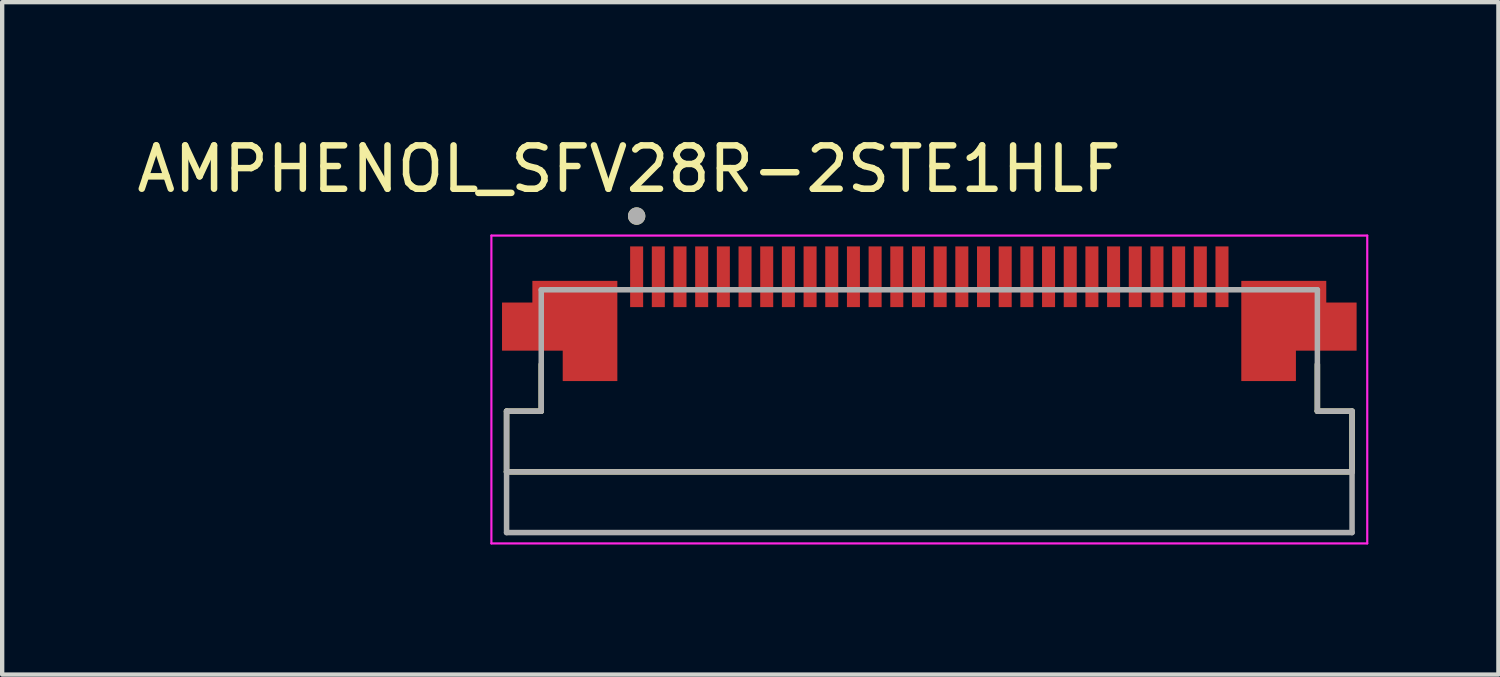
<source format=kicad_pcb>
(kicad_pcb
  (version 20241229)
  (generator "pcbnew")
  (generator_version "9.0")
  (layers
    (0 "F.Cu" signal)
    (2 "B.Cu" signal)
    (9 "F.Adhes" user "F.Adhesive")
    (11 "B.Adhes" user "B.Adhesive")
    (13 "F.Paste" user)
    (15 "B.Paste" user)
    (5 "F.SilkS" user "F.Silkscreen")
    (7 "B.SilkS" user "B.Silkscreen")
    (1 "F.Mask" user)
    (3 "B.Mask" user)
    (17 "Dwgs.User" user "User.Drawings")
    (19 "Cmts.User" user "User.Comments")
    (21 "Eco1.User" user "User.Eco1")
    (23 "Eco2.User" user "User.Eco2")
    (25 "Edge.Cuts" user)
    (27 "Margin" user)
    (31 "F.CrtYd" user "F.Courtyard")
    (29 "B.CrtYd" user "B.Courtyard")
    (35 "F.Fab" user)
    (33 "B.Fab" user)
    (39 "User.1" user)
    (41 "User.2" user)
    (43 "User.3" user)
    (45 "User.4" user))
  (footprint "AMPHENOL_SFV28R-2STE1HLF"
    (layer "F.Cu")
    (at 18.383 5.733)
    (property "Reference" "AMPHENOL_SFV28R-2STE1HLF" (at -6.925 -4.885 0) (layer "F.SilkS") (effects (font (size 1 1) (thickness 0.15))))
    (attr smd)
    (fp_poly (pts (xy -9.25 -2.4) (xy -7.1 -2.4) (xy -7.1 0.1) (xy -8.55 0.1) (xy -8.55 -0.6) (xy -9.95 -0.6) (xy -9.95 -1.9) (xy -9.25 -1.9)) (stroke (width 0.01) (type solid)) (fill yes) (layer "F.Mask"))
    (fp_poly (pts (xy 9.25 -2.4) (xy 7.1 -2.4) (xy 7.1 0.1) (xy 8.55 0.1) (xy 8.55 -0.6) (xy 9.95 -0.6) (xy 9.95 -1.9) (xy 9.25 -1.9)) (stroke (width 0.01) (type solid)) (fill yes) (layer "F.Mask"))
    (fp_line (start -9.75 0.7) (end -9.75 2.1) (stroke (width 0.127) (type solid)) (layer "F.SilkS"))
    (fp_line (start -9.75 2.1) (end 9.75 2.1) (stroke (width 0.127) (type solid)) (layer "F.SilkS"))
    (fp_line (start -8.95 -0.38) (end -8.95 0.7) (stroke (width 0.127) (type solid)) (layer "F.SilkS"))
    (fp_line (start -8.95 0.7) (end -9.75 0.7) (stroke (width 0.127) (type solid)) (layer "F.SilkS"))
    (fp_line (start 8.95 0.7) (end 8.95 -0.38) (stroke (width 0.127) (type solid)) (layer "F.SilkS"))
    (fp_line (start 9.75 0.7) (end 8.95 0.7) (stroke (width 0.127) (type solid)) (layer "F.SilkS"))
    (fp_line (start 9.75 2.1) (end 9.75 0.7) (stroke (width 0.127) (type solid)) (layer "F.SilkS"))
    (fp_circle (center -6.75 -3.8) (end -6.65 -3.8) (stroke (width 0.2) (type solid)) (fill no) (layer "F.SilkS"))
    (fp_poly (pts (xy -9.15 -2.3) (xy -7.2 -2.3) (xy -7.2 0) (xy -8.45 0) (xy -8.45 -0.7) (xy -9.85 -0.7) (xy -9.85 -1.8) (xy -9.15 -1.8)) (stroke (width 0.01) (type solid)) (fill yes) (layer "F.Paste"))
    (fp_poly (pts (xy 9.15 -2.3) (xy 7.2 -2.3) (xy 7.2 0) (xy 8.45 0) (xy 8.45 -0.7) (xy 9.85 -0.7) (xy 9.85 -1.8) (xy 9.15 -1.8)) (stroke (width 0.01) (type solid)) (fill yes) (layer "F.Paste"))
    (fp_line (start -10.1 -3.35) (end 10.1 -3.35) (stroke (width 0.05) (type solid)) (layer "F.CrtYd"))
    (fp_line (start -10.1 3.75) (end -10.1 -3.35) (stroke (width 0.05) (type solid)) (layer "F.CrtYd"))
    (fp_line (start 10.1 -3.35) (end 10.1 3.75) (stroke (width 0.05) (type solid)) (layer "F.CrtYd"))
    (fp_line (start 10.1 3.75) (end -10.1 3.75) (stroke (width 0.05) (type solid)) (layer "F.CrtYd"))
    (fp_line (start -9.75 0.7) (end -8.95 0.7) (stroke (width 0.127) (type solid)) (layer "F.Fab"))
    (fp_line (start -9.75 2.1) (end -9.75 0.7) (stroke (width 0.127) (type solid)) (layer "F.Fab"))
    (fp_line (start -9.75 2.1) (end -9.75 3.5) (stroke (width 0.127) (type solid)) (layer "F.Fab"))
    (fp_line (start -9.75 3.5) (end 9.75 3.5) (stroke (width 0.127) (type solid)) (layer "F.Fab"))
    (fp_line (start -8.95 -2.1) (end 8.95 -2.1) (stroke (width 0.127) (type solid)) (layer "F.Fab"))
    (fp_line (start -8.95 0.7) (end -8.95 -2.1) (stroke (width 0.127) (type solid)) (layer "F.Fab"))
    (fp_line (start 8.95 -2.1) (end 8.95 0.7) (stroke (width 0.127) (type solid)) (layer "F.Fab"))
    (fp_line (start 8.95 0.7) (end 9.75 0.7) (stroke (width 0.127) (type solid)) (layer "F.Fab"))
    (fp_line (start 9.75 0.7) (end 9.75 2.1) (stroke (width 0.127) (type solid)) (layer "F.Fab"))
    (fp_line (start 9.75 2.1) (end -9.75 2.1) (stroke (width 0.127) (type solid)) (layer "F.Fab"))
    (fp_line (start 9.75 3.5) (end 9.75 2.1) (stroke (width 0.127) (type solid)) (layer "F.Fab"))
    (fp_circle (center -6.75 -3.8) (end -6.65 -3.8) (stroke (width 0.2) (type solid)) (fill no) (layer "F.Fab"))
    (pad "1" smd rect (at -6.75 -2.4) (size 0.3 1.4) (layers "F.Cu" "F.Mask" "F.Paste"))
    (pad "2" smd rect (at -6.25 -2.4) (size 0.3 1.4) (layers "F.Cu" "F.Mask" "F.Paste"))
    (pad "3" smd rect (at -5.75 -2.4) (size 0.3 1.4) (layers "F.Cu" "F.Mask" "F.Paste"))
    (pad "4" smd rect (at -5.25 -2.4) (size 0.3 1.4) (layers "F.Cu" "F.Mask" "F.Paste"))
    (pad "5" smd rect (at -4.75 -2.4) (size 0.3 1.4) (layers "F.Cu" "F.Mask" "F.Paste"))
    (pad "6" smd rect (at -4.25 -2.4) (size 0.3 1.4) (layers "F.Cu" "F.Mask" "F.Paste"))
    (pad "7" smd rect (at -3.75 -2.4) (size 0.3 1.4) (layers "F.Cu" "F.Mask" "F.Paste"))
    (pad "8" smd rect (at -3.25 -2.4) (size 0.3 1.4) (layers "F.Cu" "F.Mask" "F.Paste"))
    (pad "9" smd rect (at -2.75 -2.4) (size 0.3 1.4) (layers "F.Cu" "F.Mask" "F.Paste"))
    (pad "10" smd rect (at -2.25 -2.4) (size 0.3 1.4) (layers "F.Cu" "F.Mask" "F.Paste"))
    (pad "11" smd rect (at -1.75 -2.4) (size 0.3 1.4) (layers "F.Cu" "F.Mask" "F.Paste"))
    (pad "12" smd rect (at -1.25 -2.4) (size 0.3 1.4) (layers "F.Cu" "F.Mask" "F.Paste"))
    (pad "13" smd rect (at -0.75 -2.4) (size 0.3 1.4) (layers "F.Cu" "F.Mask" "F.Paste"))
    (pad "14" smd rect (at -0.25 -2.4) (size 0.3 1.4) (layers "F.Cu" "F.Mask" "F.Paste"))
    (pad "15" smd rect (at 0.25 -2.4) (size 0.3 1.4) (layers "F.Cu" "F.Mask" "F.Paste"))
    (pad "16" smd rect (at 0.75 -2.4) (size 0.3 1.4) (layers "F.Cu" "F.Mask" "F.Paste"))
    (pad "17" smd rect (at 1.25 -2.4) (size 0.3 1.4) (layers "F.Cu" "F.Mask" "F.Paste"))
    (pad "18" smd rect (at 1.75 -2.4) (size 0.3 1.4) (layers "F.Cu" "F.Mask" "F.Paste"))
    (pad "19" smd rect (at 2.25 -2.4) (size 0.3 1.4) (layers "F.Cu" "F.Mask" "F.Paste"))
    (pad "20" smd rect (at 2.75 -2.4) (size 0.3 1.4) (layers "F.Cu" "F.Mask" "F.Paste"))
    (pad "21" smd rect (at 3.25 -2.4) (size 0.3 1.4) (layers "F.Cu" "F.Mask" "F.Paste"))
    (pad "22" smd rect (at 3.75 -2.4) (size 0.3 1.4) (layers "F.Cu" "F.Mask" "F.Paste"))
    (pad "23" smd rect (at 4.25 -2.4) (size 0.3 1.4) (layers "F.Cu" "F.Mask" "F.Paste"))
    (pad "24" smd rect (at 4.75 -2.4) (size 0.3 1.4) (layers "F.Cu" "F.Mask" "F.Paste"))
    (pad "25" smd rect (at 5.25 -2.4) (size 0.3 1.4) (layers "F.Cu" "F.Mask" "F.Paste"))
    (pad "26" smd rect (at 5.75 -2.4) (size 0.3 1.4) (layers "F.Cu" "F.Mask" "F.Paste"))
    (pad "27" smd rect (at 6.25 -2.4) (size 0.3 1.4) (layers "F.Cu" "F.Mask" "F.Paste"))
    (pad "28" smd rect (at 6.75 -2.4) (size 0.3 1.4) (layers "F.Cu" "F.Mask" "F.Paste"))
    (pad "S1" smd custom (at -8.175 -1.5) (size 1 1) (layers "F.Cu") (options (anchor rect)) (primitives (gr_poly (pts (xy -0.975 -0.8) (xy 0.975 -0.8) (xy 0.975 1.5) (xy -0.275 1.5) (xy -0.275 0.8) (xy -1.675 0.8) (xy -1.675 -0.3) (xy -0.975 -0.3)) (width 0.01) (fill yes))))
    (pad "S2" smd custom (at 8.175 -1.5) (size 1 1) (layers "F.Cu") (options (anchor rect)) (primitives (gr_poly (pts (xy 0.975 -0.8) (xy -0.975 -0.8) (xy -0.975 1.5) (xy 0.275 1.5) (xy 0.275 0.8) (xy 1.675 0.8) (xy 1.675 -0.3) (xy 0.975 -0.3)) (width 0.01) (fill yes)))))
  (gr_rect
    (start -3 -3)
    (end 31.508 12.508)
    (stroke (width 0.1) (type default))
    (fill no)
    (layer "Edge.Cuts")))
</source>
